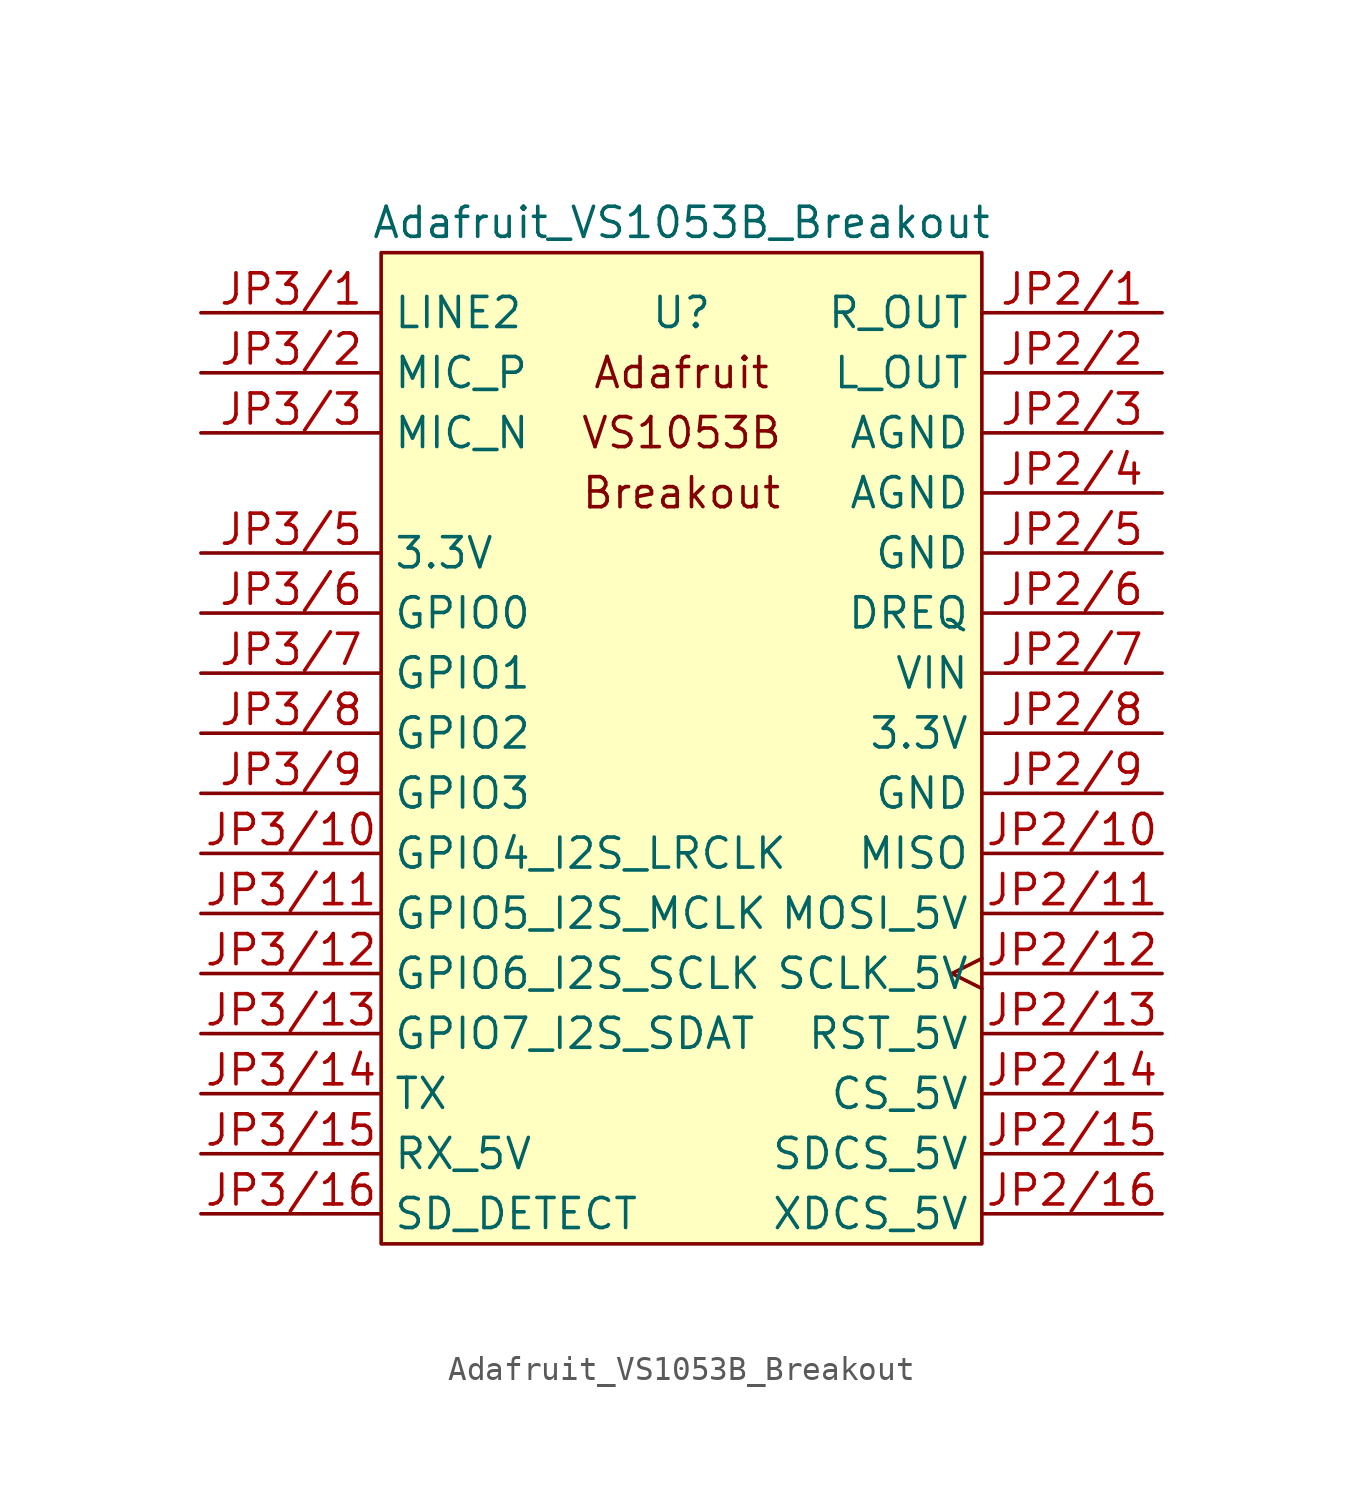
<source format=kicad_sym>
(kicad_symbol_lib
  (version 20211014)
  (generator kicad_symbol_editor)
  (symbol "Adafruit_VS1053B_Breakout"
    (pin_names
      (offset 0.5))
    (property "Reference" "U"
      (at 0 0 0)
      (effects (font (size 1.27 1.27))))
    (property "Value" "Adafruit_VS1053B_Breakout"
      (at 0 3.81 0)
      (effects (font (size 1.27 1.27))))
    (symbol "Adafruit_VS1053B_Breakout_0_0"
      (text "Adafruit" (at 0 -2.54 0) (effects (font (size 1.27 1.27))))
      (text "Breakout" (at 0 -7.62 0) (effects (font (size 1.27 1.27))))
      (text "VS1053B" (at 0 -5.08 0) (effects (font (size 1.27 1.27))))
      (pin output line (at 20.32 0 180) (length 7.62) (name "R_OUT" (effects (font (size 1.27 1.27)))) (number "JP2/1" (effects (font (size 1.27 1.27)))))
      (pin output line (at 20.32 -22.86 180) (length 7.62) (name "MISO" (effects (font (size 1.27 1.27)))) (number "JP2/10" (effects (font (size 1.27 1.27)))))
      (pin input line (at 20.32 -25.4 180) (length 7.62) (name "MOSI_5V" (effects (font (size 1.27 1.27)))) (number "JP2/11" (effects (font (size 1.27 1.27)))))
      (pin input clock (at 20.32 -27.94 180) (length 7.62) (name "SCLK_5V" (effects (font (size 1.27 1.27)))) (number "JP2/12" (effects (font (size 1.27 1.27)))))
      (pin input line (at 20.32 -30.48 180) (length 7.62) (name "RST_5V" (effects (font (size 1.27 1.27)))) (number "JP2/13" (effects (font (size 1.27 1.27)))))
      (pin input line (at 20.32 -33.02 180) (length 7.62) (name "CS_5V" (effects (font (size 1.27 1.27)))) (number "JP2/14" (effects (font (size 1.27 1.27)))))
      (pin input line (at 20.32 -35.56 180) (length 7.62) (name "SDCS_5V" (effects (font (size 1.27 1.27)))) (number "JP2/15" (effects (font (size 1.27 1.27)))))
      (pin input line (at 20.32 -38.1 180) (length 7.62) (name "XDCS_5V" (effects (font (size 1.27 1.27)))) (number "JP2/16" (effects (font (size 1.27 1.27)))))
      (pin output line (at 20.32 -2.54 180) (length 7.62) (name "L_OUT" (effects (font (size 1.27 1.27)))) (number "JP2/2" (effects (font (size 1.27 1.27)))))
      (pin power_out line (at 20.32 -5.08 180) (length 7.62) (name "AGND" (effects (font (size 1.27 1.27)))) (number "JP2/3" (effects (font (size 1.27 1.27)))))
      (pin power_out line (at 20.32 -7.62 180) (length 7.62) (name "AGND" (effects (font (size 1.27 1.27)))) (number "JP2/4" (effects (font (size 1.27 1.27)))))
      (pin power_in line (at 20.32 -10.16 180) (length 7.62) (name "GND" (effects (font (size 1.27 1.27)))) (number "JP2/5" (effects (font (size 1.27 1.27)))))
      (pin output line (at 20.32 -12.7 180) (length 7.62) (name "DREQ" (effects (font (size 1.27 1.27)))) (number "JP2/6" (effects (font (size 1.27 1.27)))))
      (pin power_in line (at 20.32 -15.24 180) (length 7.62) (name "VIN" (effects (font (size 1.27 1.27)))) (number "JP2/7" (effects (font (size 1.27 1.27)))))
      (pin power_out line (at 20.32 -17.78 180) (length 7.62) (name "3.3V" (effects (font (size 1.27 1.27)))) (number "JP2/8" (effects (font (size 1.27 1.27)))))
      (pin power_in line (at 20.32 -20.32 180) (length 7.62) (name "GND" (effects (font (size 1.27 1.27)))) (number "JP2/9" (effects (font (size 1.27 1.27)))))
      (pin input line (at -20.32 0 0) (length 7.62) (name "LINE2" (effects (font (size 1.27 1.27)))) (number "JP3/1" (effects (font (size 1.27 1.27)))))
      (pin bidirectional line (at -20.32 -22.86 0) (length 7.62) (name "GPIO4_I2S_LRCLK" (effects (font (size 1.27 1.27)))) (number "JP3/10" (effects (font (size 1.27 1.27)))))
      (pin bidirectional line (at -20.32 -25.4 0) (length 7.62) (name "GPIO5_I2S_MCLK" (effects (font (size 1.27 1.27)))) (number "JP3/11" (effects (font (size 1.27 1.27)))))
      (pin bidirectional line (at -20.32 -27.94 0) (length 7.62) (name "GPIO6_I2S_SCLK" (effects (font (size 1.27 1.27)))) (number "JP3/12" (effects (font (size 1.27 1.27)))))
      (pin bidirectional line (at -20.32 -30.48 0) (length 7.62) (name "GPIO7_I2S_SDAT" (effects (font (size 1.27 1.27)))) (number "JP3/13" (effects (font (size 1.27 1.27)))))
      (pin output line (at -20.32 -33.02 0) (length 7.62) (name "TX" (effects (font (size 1.27 1.27)))) (number "JP3/14" (effects (font (size 1.27 1.27)))))
      (pin input line (at -20.32 -35.56 0) (length 7.62) (name "RX_5V" (effects (font (size 1.27 1.27)))) (number "JP3/15" (effects (font (size 1.27 1.27)))))
      (pin output line (at -20.32 -38.1 0) (length 7.62) (name "SD_DETECT" (effects (font (size 1.27 1.27)))) (number "JP3/16" (effects (font (size 1.27 1.27)))))
      (pin input line (at -20.32 -2.54 0) (length 7.62) (name "MIC_P" (effects (font (size 1.27 1.27)))) (number "JP3/2" (effects (font (size 1.27 1.27)))))
      (pin input line (at -20.32 -5.08 0) (length 7.62) (name "MIC_N" (effects (font (size 1.27 1.27)))) (number "JP3/3" (effects (font (size 1.27 1.27)))))
      (pin power_out line (at -20.32 -7.62 0) (length 7.62) hide (name "AGND" (effects (font (size 1.27 1.27)))) (number "JP3/4" (effects (font (size 1.27 1.27)))))
      (pin power_out line (at -20.32 -10.16 0) (length 7.62) (name "3.3V" (effects (font (size 1.27 1.27)))) (number "JP3/5" (effects (font (size 1.27 1.27)))))
      (pin bidirectional line (at -20.32 -12.7 0) (length 7.62) (name "GPIO0" (effects (font (size 1.27 1.27)))) (number "JP3/6" (effects (font (size 1.27 1.27)))))
      (pin bidirectional line (at -20.32 -15.24 0) (length 7.62) (name "GPIO1" (effects (font (size 1.27 1.27)))) (number "JP3/7" (effects (font (size 1.27 1.27)))))
      (pin bidirectional line (at -20.32 -17.78 0) (length 7.62) (name "GPIO2" (effects (font (size 1.27 1.27)))) (number "JP3/8" (effects (font (size 1.27 1.27)))))
      (pin bidirectional line (at -20.32 -20.32 0) (length 7.62) (name "GPIO3" (effects (font (size 1.27 1.27)))) (number "JP3/9" (effects (font (size 1.27 1.27))))))
    (symbol "Adafruit_VS1053B_Breakout_0_1"
      (rectangle (start -12.7 2.54) (end 12.7 -39.37) (stroke (width 0) (type default) (color 0 0 0 0)) (fill (type background))))))
</source>
